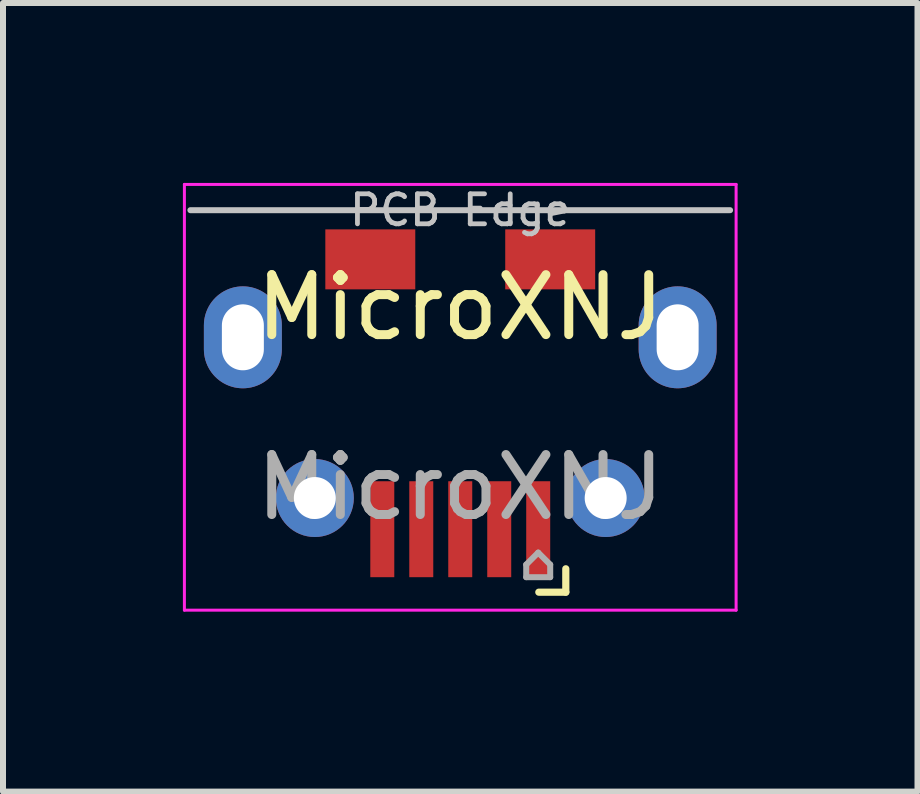
<source format=kicad_pcb>
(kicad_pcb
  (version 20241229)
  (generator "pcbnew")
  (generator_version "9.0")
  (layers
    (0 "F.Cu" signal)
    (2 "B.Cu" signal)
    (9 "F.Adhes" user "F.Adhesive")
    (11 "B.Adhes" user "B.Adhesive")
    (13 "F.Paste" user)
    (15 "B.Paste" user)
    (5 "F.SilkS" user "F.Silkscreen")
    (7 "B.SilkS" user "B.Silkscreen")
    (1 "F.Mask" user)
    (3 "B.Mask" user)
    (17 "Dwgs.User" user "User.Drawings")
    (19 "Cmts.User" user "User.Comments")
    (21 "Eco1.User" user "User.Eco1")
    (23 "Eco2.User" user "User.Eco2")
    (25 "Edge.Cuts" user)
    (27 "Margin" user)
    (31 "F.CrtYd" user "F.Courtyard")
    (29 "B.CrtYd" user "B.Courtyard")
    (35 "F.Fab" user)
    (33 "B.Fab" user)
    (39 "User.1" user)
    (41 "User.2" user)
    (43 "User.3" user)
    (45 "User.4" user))
  (footprint "MicroXNJ"
    (layer "F.Cu")
    (at 4.625 2.575)
    (property "Reference" "MicroXNJ" (at 0 -0.5 0) (unlocked yes) (layer "F.SilkS") (effects (font (size 1 1) (thickness 0.15))))
    (attr smd)
    (fp_line (start 1.76 4.25) (end 1.31 4.25) (stroke (width 0.12) (type solid)) (layer "F.SilkS"))
    (fp_line (start 1.76 4.25) (end 1.76 3.86) (stroke (width 0.12) (type solid)) (layer "F.SilkS"))
    (fp_line (start 4.5 -2.12) (end -4.5 -2.12) (stroke (width 0.1) (type solid)) (layer "Dwgs.User"))
    (fp_line (start -4.6 -2.55) (end 4.6 -2.55) (stroke (width 0.05) (type solid)) (layer "F.CrtYd"))
    (fp_line (start -4.6 4.55) (end -4.6 -2.55) (stroke (width 0.05) (type solid)) (layer "F.CrtYd"))
    (fp_line (start -4.6 4.55) (end 4.6 4.55) (stroke (width 0.05) (type solid)) (layer "F.CrtYd"))
    (fp_line (start 4.6 -2.55) (end 4.6 4.55) (stroke (width 0.05) (type solid)) (layer "F.CrtYd"))
    (fp_line (start 1.1 3.79) (end 1.3 3.59) (stroke (width 0.1) (type solid)) (layer "F.Fab"))
    (fp_line (start 1.1 4) (end 1.1 3.79) (stroke (width 0.1) (type solid)) (layer "F.Fab"))
    (fp_line (start 1.3 3.59) (end 1.5 3.79) (stroke (width 0.1) (type solid)) (layer "F.Fab"))
    (fp_line (start 1.5 4) (end 1.1 4) (stroke (width 0.1) (type solid)) (layer "F.Fab"))
    (fp_line (start 1.5 4) (end 1.5 3.79) (stroke (width 0.1) (type solid)) (layer "F.Fab"))
    (fp_text user "PCB Edge" (at 0 -2.12 0) (layer "Dwgs.User") (effects (font (size 0.5 0.5) (thickness 0.08))))
    (fp_text user "${REFERENCE}" (at 0 2.5 0) (unlocked yes) (layer "F.Fab") (effects (font (size 1 1) (thickness 0.15))))
    (pad "1" smd rect (at 1.3 3.2) (size 0.4 1.6) (layers "F.Cu" "F.Mask" "F.Paste"))
    (pad "2" smd rect (at 0.65 3.2) (size 0.4 1.6) (layers "F.Cu" "F.Mask" "F.Paste"))
    (pad "3" smd rect (at 0 3.2) (size 0.4 1.6) (layers "F.Cu" "F.Mask" "F.Paste"))
    (pad "4" smd rect (at -0.65 3.2) (size 0.4 1.6) (layers "F.Cu" "F.Mask" "F.Paste"))
    (pad "5" smd rect (at -1.3 3.2) (size 0.4 1.6) (layers "F.Cu" "F.Mask" "F.Paste"))
    (pad "6" thru_hole oval (at -3.625 0) (size 1.3 1.7) (drill oval 0.7 1.1) (layers "*.Cu" "*.Mask"))
    (pad "6" thru_hole circle (at -2.425 2.68) (size 1.3 1.3) (drill 0.7) (layers "*.Cu" "*.Mask"))
    (pad "6" smd rect (at -1.5 -1.3) (size 1.5 1) (layers "F.Cu" "F.Mask" "F.Paste"))
    (pad "6" smd rect (at 1.5 -1.3) (size 1.5 1) (layers "F.Cu" "F.Mask" "F.Paste"))
    (pad "6" thru_hole circle (at 2.425 2.68) (size 1.3 1.3) (drill 0.7) (layers "*.Cu" "*.Mask"))
    (pad "6" thru_hole oval (at 3.625 0) (size 1.3 1.7) (drill oval 0.7 1.1) (layers "*.Cu" "*.Mask")))
  (gr_rect
    (start -3 -3)
    (end 12.25 10.15)
    (stroke (width 0.1) (type default))
    (fill no)
    (layer "Edge.Cuts")))
</source>
